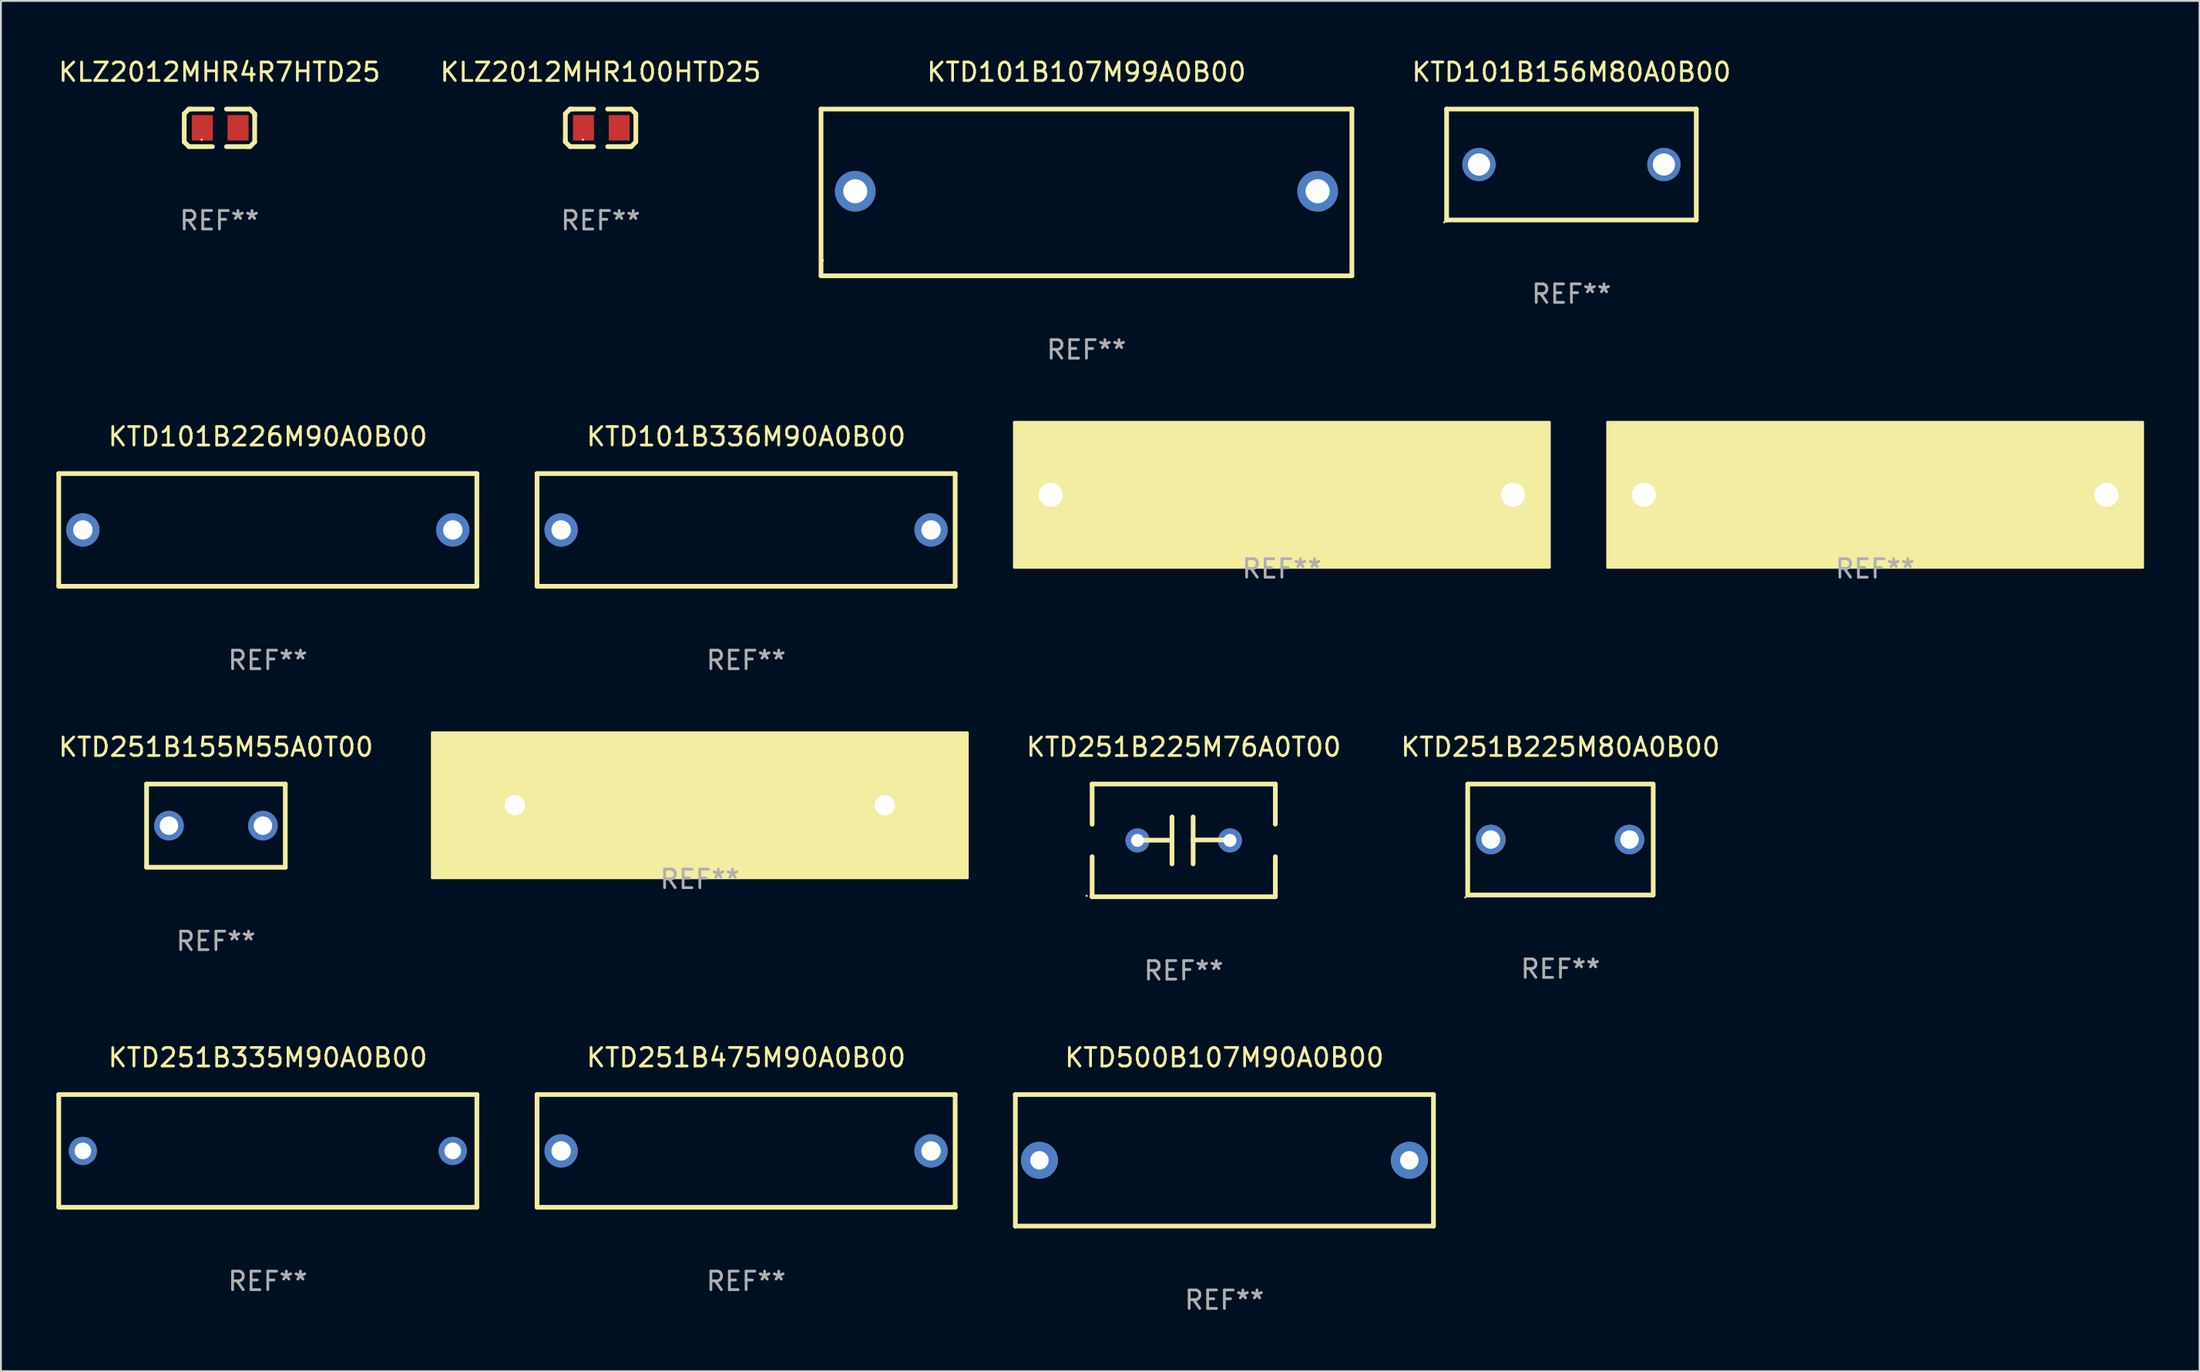
<source format=kicad_pcb>
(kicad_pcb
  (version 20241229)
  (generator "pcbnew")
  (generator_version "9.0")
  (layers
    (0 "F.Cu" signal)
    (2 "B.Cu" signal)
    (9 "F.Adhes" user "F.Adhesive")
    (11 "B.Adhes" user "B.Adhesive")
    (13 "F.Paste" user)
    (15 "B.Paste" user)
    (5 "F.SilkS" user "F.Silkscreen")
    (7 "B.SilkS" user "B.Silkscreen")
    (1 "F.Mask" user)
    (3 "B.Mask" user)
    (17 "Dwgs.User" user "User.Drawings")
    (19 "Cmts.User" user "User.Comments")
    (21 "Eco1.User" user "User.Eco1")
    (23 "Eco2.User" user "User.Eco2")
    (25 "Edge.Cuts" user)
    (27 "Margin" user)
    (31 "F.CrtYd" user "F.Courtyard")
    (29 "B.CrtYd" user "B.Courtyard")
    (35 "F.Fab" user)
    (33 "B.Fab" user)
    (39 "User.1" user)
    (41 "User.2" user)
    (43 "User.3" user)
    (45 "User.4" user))
  (footprint "KTD251B225M80A0B00"
    (layer "F.Cu")
    (at 81.32 42.354)
    (property "Reference" "KTD251B225M80A0B00" (at 0 -5 0) (layer "F.SilkS") (effects (font (size 1 1) (thickness 0.15))))
    (attr through_hole)
    (fp_line (start -5.015 3) (end -5.015 -3) (stroke (width 0.254) (type solid)) (layer "F.SilkS"))
    (fp_line (start -5.005 -3) (end 4.995 -3) (stroke (width 0.254) (type solid)) (layer "F.SilkS"))
    (fp_line (start 5.005 3) (end -4.995 3) (stroke (width 0.254) (type solid)) (layer "F.SilkS"))
    (fp_line (start 5.015 -3) (end 5.015 3) (stroke (width 0.254) (type solid)) (layer "F.SilkS"))
    (fp_circle (center -5.142 3.127) (end -5.112 3.127) (stroke (width 0.06) (type solid)) (fill no) (layer "F.SilkS"))
    (fp_text user "REF**" (at 0 7 0) (layer "F.Fab") (effects (font (size 1 1) (thickness 0.15))))
    (pad "1" thru_hole circle (at -3.765 0) (size 1.6 1.6) (drill 1) (layers "*.Cu" "*.Mask"))
    (pad "2" thru_hole circle (at 3.735 0) (size 1.6 1.6) (drill 1) (layers "*.Cu" "*.Mask")))
  (footprint "KTD101B336M90A0B00"
    (layer "F.Cu")
    (at 37.29 25.61)
    (property "Reference" "KTD101B336M90A0B00" (at 0 -5.048 0) (layer "F.SilkS") (effects (font (size 1 1) (thickness 0.15))))
    (attr through_hole)
    (fp_line (start -11.303 -3.048) (end 11.303 -3.048) (stroke (width 0.254) (type solid)) (layer "F.SilkS"))
    (fp_line (start -11.303 3.048) (end -11.303 -3.048) (stroke (width 0.254) (type solid)) (layer "F.SilkS"))
    (fp_line (start 11.303 -3.048) (end 11.303 3.048) (stroke (width 0.254) (type solid)) (layer "F.SilkS"))
    (fp_line (start 11.303 3.048) (end -11.303 3.048) (stroke (width 0.254) (type solid)) (layer "F.SilkS"))
    (fp_circle (center -11.25 3) (end -11.22 3) (stroke (width 0.06) (type solid)) (fill no) (layer "F.SilkS"))
    (fp_text user "REF**" (at 0 7.048 0) (layer "F.Fab") (effects (font (size 1 1) (thickness 0.15))))
    (pad "1" thru_hole circle (at -10 0) (size 1.8 1.8) (drill 1.05) (layers "*.Cu" "*.Mask"))
    (pad "2" thru_hole circle (at 10 0) (size 1.8 1.8) (drill 1.05) (layers "*.Cu" "*.Mask")))
  (footprint "KTD251B225M76A0T00"
    (layer "F.Cu")
    (at 60.951 42.402)
    (property "Reference" "KTD251B225M76A0T00" (at 0 -5.048 0) (layer "F.SilkS") (effects (font (size 1 1) (thickness 0.15))))
    (attr through_hole)
    (fp_line (start -4.953 -3.048) (end 4.953 -3.048) (stroke (width 0.254) (type solid)) (layer "F.SilkS"))
    (fp_line (start -4.953 -0.88) (end -4.953 -3.048) (stroke (width 0.254) (type solid)) (layer "F.SilkS"))
    (fp_line (start -4.953 3.048) (end -4.953 0.88) (stroke (width 0.254) (type solid)) (layer "F.SilkS"))
    (fp_line (start -0.635 -1.27) (end -0.635 1.27) (stroke (width 0.254) (type solid)) (layer "F.SilkS"))
    (fp_line (start -0.635 -0.011) (end -2.667 -0.011) (stroke (width 0.254) (type solid)) (layer "F.SilkS"))
    (fp_line (start 0.508 -1.27) (end 0.508 1.27) (stroke (width 0.254) (type solid)) (layer "F.SilkS"))
    (fp_line (start 0.508 -0.024) (end 2.667 -0.024) (stroke (width 0.254) (type solid)) (layer "F.SilkS"))
    (fp_line (start 4.953 -3.048) (end 4.953 -0.88) (stroke (width 0.254) (type solid)) (layer "F.SilkS"))
    (fp_line (start 4.953 0.88) (end 4.953 3.048) (stroke (width 0.254) (type solid)) (layer "F.SilkS"))
    (fp_line (start 4.953 3.048) (end -4.953 3.048) (stroke (width 0.254) (type solid)) (layer "F.SilkS"))
    (fp_circle (center -5.25 3) (end -5.22 3) (stroke (width 0.06) (type solid)) (fill no) (layer "F.SilkS"))
    (fp_text user "REF**" (at 0 7.048 0) (layer "F.Fab") (effects (font (size 1 1) (thickness 0.15))))
    (pad "1" thru_hole circle (at -2.5 0) (size 1.3 1.3) (drill 0.7) (layers "*.Cu" "*.Mask"))
    (pad "2" thru_hole circle (at 2.5 0) (size 1.3 1.3) (drill 0.7) (layers "*.Cu" "*.Mask")))
  (footprint "KTD251B106M99A0B00"
    (layer "F.Cu")
    (at 98.334 23.711)
    (property "Reference" "KTD251B106M99A0B00" (at 0 -2 0) (layer "F.SilkS") (effects (font (size 1 1) (thickness 0.15))))
    (attr through_hole)
    (fp_circle (center -14.25 3.75) (end -14.22 3.75) (stroke (width 0.06) (type solid)) (fill no) (layer "F.SilkS"))
    (fp_poly (pts (xy -14.478 -3.937) (xy 14.478 -3.937) (xy 14.478 3.937) (xy -14.478 3.937)) (stroke (width 0.12) (type solid)) (fill yes) (layer "F.SilkS"))
    (fp_text user "REF**" (at 0 4 0) (layer "F.Fab") (effects (font (size 1 1) (thickness 0.15))))
    (pad "1" thru_hole circle (at -12.5 0) (size 2.2 2.2) (drill 1.3) (layers "*.Cu" "*.Mask"))
    (pad "2" thru_hole circle (at 12.5 0) (size 2.2 2.2) (drill 1.3) (layers "*.Cu" "*.Mask")))
  (footprint "KTD101B107M99A0B00"
    (layer "F.Cu")
    (at 55.692 7.357)
    (property "Reference" "KTD101B107M99A0B00" (at 0 -6.509 0) (layer "F.SilkS") (effects (font (size 1 1) (thickness 0.15))))
    (attr through_hole)
    (fp_line (start -14.351 -4.509) (end 14.351 -4.509) (stroke (width 0.254) (type solid)) (layer "F.SilkS"))
    (fp_line (start -14.351 4.509) (end -14.351 -4.509) (stroke (width 0.254) (type solid)) (layer "F.SilkS"))
    (fp_line (start -14.224 4.509) (end -14.351 4.509) (stroke (width 0.254) (type solid)) (layer "F.SilkS"))
    (fp_line (start 14.351 -4.509) (end 14.351 4.509) (stroke (width 0.254) (type solid)) (layer "F.SilkS"))
    (fp_line (start 14.351 4.509) (end -14.224 4.509) (stroke (width 0.254) (type solid)) (layer "F.SilkS"))
    (fp_circle (center -14.25 3.687) (end -14.22 3.687) (stroke (width 0.06) (type solid)) (fill no) (layer "F.SilkS"))
    (fp_text user "REF**" (at 0 8.509 0) (layer "F.Fab") (effects (font (size 1 1) (thickness 0.15))))
    (pad "1" thru_hole circle (at -12.5 -0.064) (size 2.2 2.2) (drill 1.3) (layers "*.Cu" "*.Mask"))
    (pad "2" thru_hole circle (at 12.5 -0.064) (size 2.2 2.2) (drill 1.3) (layers "*.Cu" "*.Mask")))
  (footprint "KLZ2012MHR100HTD25"
    (layer "F.Cu")
    (at 29.423 3.864)
    (property "Reference" "KLZ2012MHR100HTD25" (at 0 -3.016 0) (layer "F.SilkS") (effects (font (size 1 1) (thickness 0.15))))
    (attr through_hole)
    (fp_line (start -1.905 -0.762) (end -1.905 0.635) (stroke (width 0.254) (type solid)) (layer "F.SilkS"))
    (fp_line (start -1.905 0.635) (end -1.905 0.762) (stroke (width 0.254) (type solid)) (layer "F.SilkS"))
    (fp_line (start -1.905 0.762) (end -1.651 1.016) (stroke (width 0.254) (type solid)) (layer "F.SilkS"))
    (fp_line (start -1.651 -1.016) (end -1.905 -0.762) (stroke (width 0.254) (type solid)) (layer "F.SilkS"))
    (fp_line (start -1.651 1.016) (end -0.381 1.016) (stroke (width 0.254) (type solid)) (layer "F.SilkS"))
    (fp_line (start -1.524 -1.016) (end -1.651 -1.016) (stroke (width 0.254) (type solid)) (layer "F.SilkS"))
    (fp_line (start -0.381 -1.016) (end -1.524 -1.016) (stroke (width 0.254) (type solid)) (layer "F.SilkS"))
    (fp_line (start 0.381 1.016) (end 1.524 1.016) (stroke (width 0.254) (type solid)) (layer "F.SilkS"))
    (fp_line (start 1.524 1.016) (end 1.651 1.016) (stroke (width 0.254) (type solid)) (layer "F.SilkS"))
    (fp_line (start 1.651 -1.016) (end 0.381 -1.016) (stroke (width 0.254) (type solid)) (layer "F.SilkS"))
    (fp_line (start 1.651 1.016) (end 1.905 0.762) (stroke (width 0.254) (type solid)) (layer "F.SilkS"))
    (fp_line (start 1.905 -0.762) (end 1.651 -1.016) (stroke (width 0.254) (type solid)) (layer "F.SilkS"))
    (fp_line (start 1.905 -0.635) (end 1.905 -0.762) (stroke (width 0.254) (type solid)) (layer "F.SilkS"))
    (fp_line (start 1.905 0.762) (end 1.905 -0.635) (stroke (width 0.254) (type solid)) (layer "F.SilkS"))
    (fp_circle (center -0.96 0.637) (end -0.93 0.637) (stroke (width 0.06) (type solid)) (fill no) (layer "F.SilkS"))
    (fp_text user "REF**" (at 0 5.016 0) (layer "F.Fab") (effects (font (size 1 1) (thickness 0.15))))
    (pad "1" smd rect (at -0.926 -0.000051) (size 1.133 1.377) (layers "F.Cu" "F.Mask" "F.Paste"))
    (pad "2" smd rect (at 1.006 -0.000051) (size 1.133 1.377) (layers "F.Cu" "F.Mask" "F.Paste")))
  (footprint "KTD251B335M90A0B00"
    (layer "F.Cu")
    (at 11.43 59.195)
    (property "Reference" "KTD251B335M90A0B00" (at 0 -5.048 0) (layer "F.SilkS") (effects (font (size 1 1) (thickness 0.15))))
    (attr through_hole)
    (fp_line (start -11.303 -3.048) (end 11.303 -3.048) (stroke (width 0.254) (type solid)) (layer "F.SilkS"))
    (fp_line (start -11.303 3.048) (end -11.303 -3.048) (stroke (width 0.254) (type solid)) (layer "F.SilkS"))
    (fp_line (start 11.303 -3.048) (end 11.303 3.048) (stroke (width 0.254) (type solid)) (layer "F.SilkS"))
    (fp_line (start 11.303 3.048) (end -11.303 3.048) (stroke (width 0.254) (type solid)) (layer "F.SilkS"))
    (fp_circle (center -11.25 3) (end -11.22 3) (stroke (width 0.06) (type solid)) (fill no) (layer "F.SilkS"))
    (fp_text user "REF**" (at 0 7.048 0) (layer "F.Fab") (effects (font (size 1 1) (thickness 0.15))))
    (pad "1" thru_hole circle (at -10 0) (size 1.524 1.524) (drill 0.9) (layers "*.Cu" "*.Mask"))
    (pad "2" thru_hole circle (at 10 0) (size 1.524 1.524) (drill 0.9) (layers "*.Cu" "*.Mask")))
  (footprint "KTD251B156M99A0B00"
    (layer "F.Cu")
    (at 34.788 40.503)
    (property "Reference" "KTD251B156M99A0B00" (at 0 -2 0) (layer "F.SilkS") (effects (font (size 1 1) (thickness 0.15))))
    (attr through_hole)
    (fp_circle (center -14.25 3.75) (end -14.22 3.75) (stroke (width 0.06) (type solid)) (fill no) (layer "F.SilkS"))
    (fp_poly (pts (xy -14.478 -3.937) (xy 14.478 -3.937) (xy 14.478 3.937) (xy -14.478 3.937)) (stroke (width 0.12) (type solid)) (fill yes) (layer "F.SilkS"))
    (fp_text user "REF**" (at 0 4 0) (layer "F.Fab") (effects (font (size 1 1) (thickness 0.15))))
    (pad "1" thru_hole circle (at -10 0) (size 2.2 2.2) (drill 1.1) (layers "*.Cu" "*.Mask"))
    (pad "2" thru_hole circle (at 10 0) (size 2.2 2.2) (drill 1.1) (layers "*.Cu" "*.Mask")))
  (footprint "KLZ2012MHR4R7HTD25"
    (layer "F.Cu")
    (at 8.815 3.864)
    (property "Reference" "KLZ2012MHR4R7HTD25" (at 0 -3.016 0) (layer "F.SilkS") (effects (font (size 1 1) (thickness 0.15))))
    (attr through_hole)
    (fp_line (start -1.905 -0.762) (end -1.905 0.635) (stroke (width 0.254) (type solid)) (layer "F.SilkS"))
    (fp_line (start -1.905 0.635) (end -1.905 0.762) (stroke (width 0.254) (type solid)) (layer "F.SilkS"))
    (fp_line (start -1.905 0.762) (end -1.651 1.016) (stroke (width 0.254) (type solid)) (layer "F.SilkS"))
    (fp_line (start -1.651 -1.016) (end -1.905 -0.762) (stroke (width 0.254) (type solid)) (layer "F.SilkS"))
    (fp_line (start -1.651 1.016) (end -0.381 1.016) (stroke (width 0.254) (type solid)) (layer "F.SilkS"))
    (fp_line (start -1.524 -1.016) (end -1.651 -1.016) (stroke (width 0.254) (type solid)) (layer "F.SilkS"))
    (fp_line (start -0.381 -1.016) (end -1.524 -1.016) (stroke (width 0.254) (type solid)) (layer "F.SilkS"))
    (fp_line (start 0.381 1.016) (end 1.524 1.016) (stroke (width 0.254) (type solid)) (layer "F.SilkS"))
    (fp_line (start 1.524 1.016) (end 1.651 1.016) (stroke (width 0.254) (type solid)) (layer "F.SilkS"))
    (fp_line (start 1.651 -1.016) (end 0.381 -1.016) (stroke (width 0.254) (type solid)) (layer "F.SilkS"))
    (fp_line (start 1.651 1.016) (end 1.905 0.762) (stroke (width 0.254) (type solid)) (layer "F.SilkS"))
    (fp_line (start 1.905 -0.762) (end 1.651 -1.016) (stroke (width 0.254) (type solid)) (layer "F.SilkS"))
    (fp_line (start 1.905 -0.635) (end 1.905 -0.762) (stroke (width 0.254) (type solid)) (layer "F.SilkS"))
    (fp_line (start 1.905 0.762) (end 1.905 -0.635) (stroke (width 0.254) (type solid)) (layer "F.SilkS"))
    (fp_circle (center -0.96 0.637) (end -0.93 0.637) (stroke (width 0.06) (type solid)) (fill no) (layer "F.SilkS"))
    (fp_text user "REF**" (at 0 5.016 0) (layer "F.Fab") (effects (font (size 1 1) (thickness 0.15))))
    (pad "1" smd rect (at -0.926 -0.000051) (size 1.133 1.377) (layers "F.Cu" "F.Mask" "F.Paste"))
    (pad "2" smd rect (at 1.006 -0.000051) (size 1.133 1.377) (layers "F.Cu" "F.Mask" "F.Paste")))
  (footprint "KTD500B107M90A0B00"
    (layer "F.Cu")
    (at 63.15 59.703)
    (property "Reference" "KTD500B107M90A0B00" (at 0 -5.556 0) (layer "F.SilkS") (effects (font (size 1 1) (thickness 0.15))))
    (attr through_hole)
    (fp_line (start -11.303 -3.556) (end 11.303 -3.556) (stroke (width 0.254) (type solid)) (layer "F.SilkS"))
    (fp_line (start -11.303 3.556) (end -11.303 -3.556) (stroke (width 0.254) (type solid)) (layer "F.SilkS"))
    (fp_line (start 11.303 -3.556) (end 11.303 3.556) (stroke (width 0.254) (type solid)) (layer "F.SilkS"))
    (fp_line (start 11.303 3.556) (end -11.303 3.556) (stroke (width 0.254) (type solid)) (layer "F.SilkS"))
    (fp_circle (center -11.25 3.5) (end -11.22 3.5) (stroke (width 0.06) (type solid)) (fill no) (layer "F.SilkS"))
    (fp_text user "REF**" (at 0 7.556 0) (layer "F.Fab") (effects (font (size 1 1) (thickness 0.15))))
    (pad "1" thru_hole circle (at -10 0) (size 2 2) (drill 1) (layers "*.Cu" "*.Mask"))
    (pad "2" thru_hole circle (at 10 0) (size 2 2) (drill 1) (layers "*.Cu" "*.Mask")))
  (footprint "KTD251B475M90A0B00"
    (layer "F.Cu")
    (at 37.29 59.195)
    (property "Reference" "KTD251B475M90A0B00" (at 0 -5.048 0) (layer "F.SilkS") (effects (font (size 1 1) (thickness 0.15))))
    (attr through_hole)
    (fp_line (start -11.303 -3.048) (end 11.303 -3.048) (stroke (width 0.254) (type solid)) (layer "F.SilkS"))
    (fp_line (start -11.303 3.048) (end -11.303 -3.048) (stroke (width 0.254) (type solid)) (layer "F.SilkS"))
    (fp_line (start 11.303 -3.048) (end 11.303 3.048) (stroke (width 0.254) (type solid)) (layer "F.SilkS"))
    (fp_line (start 11.303 3.048) (end -11.303 3.048) (stroke (width 0.254) (type solid)) (layer "F.SilkS"))
    (fp_circle (center -11.25 3) (end -11.22 3) (stroke (width 0.06) (type solid)) (fill no) (layer "F.SilkS"))
    (fp_text user "REF**" (at 0 7.048 0) (layer "F.Fab") (effects (font (size 1 1) (thickness 0.15))))
    (pad "1" thru_hole circle (at -10 0) (size 1.8 1.8) (drill 1.05) (layers "*.Cu" "*.Mask"))
    (pad "2" thru_hole circle (at 10 0) (size 1.8 1.8) (drill 1.05) (layers "*.Cu" "*.Mask")))
  (footprint "KTD101B226M90A0B00"
    (layer "F.Cu")
    (at 11.43 25.61)
    (property "Reference" "KTD101B226M90A0B00" (at 0 -5.048 0) (layer "F.SilkS") (effects (font (size 1 1) (thickness 0.15))))
    (attr through_hole)
    (fp_line (start -11.303 -3.048) (end 11.303 -3.048) (stroke (width 0.254) (type solid)) (layer "F.SilkS"))
    (fp_line (start -11.303 3.048) (end -11.303 -3.048) (stroke (width 0.254) (type solid)) (layer "F.SilkS"))
    (fp_line (start 11.303 -3.048) (end 11.303 3.048) (stroke (width 0.254) (type solid)) (layer "F.SilkS"))
    (fp_line (start 11.303 3.048) (end -11.303 3.048) (stroke (width 0.254) (type solid)) (layer "F.SilkS"))
    (fp_circle (center -11.25 3) (end -11.22 3) (stroke (width 0.06) (type solid)) (fill no) (layer "F.SilkS"))
    (fp_text user "REF**" (at 0 7.048 0) (layer "F.Fab") (effects (font (size 1 1) (thickness 0.15))))
    (pad "1" thru_hole circle (at -10 0) (size 1.8 1.8) (drill 1.05) (layers "*.Cu" "*.Mask"))
    (pad "2" thru_hole circle (at 10 0) (size 1.8 1.8) (drill 1.05) (layers "*.Cu" "*.Mask")))
  (footprint "KTD101B686M99A0B00"
    (layer "F.Cu")
    (at 66.258 23.711)
    (property "Reference" "KTD101B686M99A0B00" (at 0 -2 0) (layer "F.SilkS") (effects (font (size 1 1) (thickness 0.15))))
    (attr through_hole)
    (fp_circle (center -14.25 3.75) (end -14.22 3.75) (stroke (width 0.06) (type solid)) (fill no) (layer "F.SilkS"))
    (fp_poly (pts (xy -14.478 -3.937) (xy 14.478 -3.937) (xy 14.478 3.937) (xy -14.478 3.937)) (stroke (width 0.12) (type solid)) (fill yes) (layer "F.SilkS"))
    (fp_text user "REF**" (at 0 4 0) (layer "F.Fab") (effects (font (size 1 1) (thickness 0.15))))
    (pad "1" thru_hole circle (at -12.5 0) (size 2.2 2.2) (drill 1.3) (layers "*.Cu" "*.Mask"))
    (pad "2" thru_hole circle (at 12.5 0) (size 2.2 2.2) (drill 1.3) (layers "*.Cu" "*.Mask")))
  (footprint "KTD101B156M80A0B00"
    (layer "F.Cu")
    (at 81.914 5.848)
    (property "Reference" "KTD101B156M80A0B00" (at 0 -5 0) (layer "F.SilkS") (effects (font (size 1 1) (thickness 0.15))))
    (attr through_hole)
    (fp_line (start -6.75 -3) (end 6.75 -3) (stroke (width 0.254) (type solid)) (layer "F.SilkS"))
    (fp_line (start -6.75 3) (end -6.75 -3) (stroke (width 0.254) (type solid)) (layer "F.SilkS"))
    (fp_line (start 6.75 -3) (end 6.75 3) (stroke (width 0.254) (type solid)) (layer "F.SilkS"))
    (fp_line (start 6.75 3) (end -6.75 3) (stroke (width 0.254) (type solid)) (layer "F.SilkS"))
    (fp_circle (center -6.877 3.127) (end -6.847 3.127) (stroke (width 0.06) (type solid)) (fill no) (layer "F.SilkS"))
    (fp_text user "REF**" (at 0 7 0) (layer "F.Fab") (effects (font (size 1 1) (thickness 0.15))))
    (pad "1" thru_hole circle (at -5 0) (size 1.8 1.8) (drill 1.2) (layers "*.Cu" "*.Mask"))
    (pad "2" thru_hole circle (at 5 0) (size 1.8 1.8) (drill 1.2) (layers "*.Cu" "*.Mask")))
  (footprint "KTD251B155M55A0T00"
    (layer "F.Cu")
    (at 8.625 41.604)
    (property "Reference" "KTD251B155M55A0T00" (at 0 -4.25 0) (layer "F.SilkS") (effects (font (size 1 1) (thickness 0.15))))
    (attr through_hole)
    (fp_line (start -3.75 -2.25) (end -3.75 2.25) (stroke (width 0.254) (type solid)) (layer "F.SilkS"))
    (fp_line (start -3.75 -2.25) (end 3.75 -2.25) (stroke (width 0.254) (type solid)) (layer "F.SilkS"))
    (fp_line (start 3.75 -2.25) (end 3.75 2.25) (stroke (width 0.254) (type solid)) (layer "F.SilkS"))
    (fp_line (start 3.75 2.25) (end -3.75 2.25) (stroke (width 0.254) (type solid)) (layer "F.SilkS"))
    (fp_circle (center -3.75 2.25) (end -3.72 2.25) (stroke (width 0.06) (type solid)) (fill no) (layer "F.SilkS"))
    (fp_text user "REF**" (at 0 6.25 0) (layer "F.Fab") (effects (font (size 1 1) (thickness 0.15))))
    (pad "1" thru_hole circle (at -2.54 0) (size 1.6 1.6) (drill 1) (layers "*.Cu" "*.Mask"))
    (pad "2" thru_hole circle (at 2.54 0) (size 1.6 1.6) (drill 1) (layers "*.Cu" "*.Mask")))
  (gr_rect
    (start -3 -3)
    (end 115.872 71.107)
    (stroke (width 0.1) (type default))
    (fill no)
    (layer "Edge.Cuts")))
</source>
